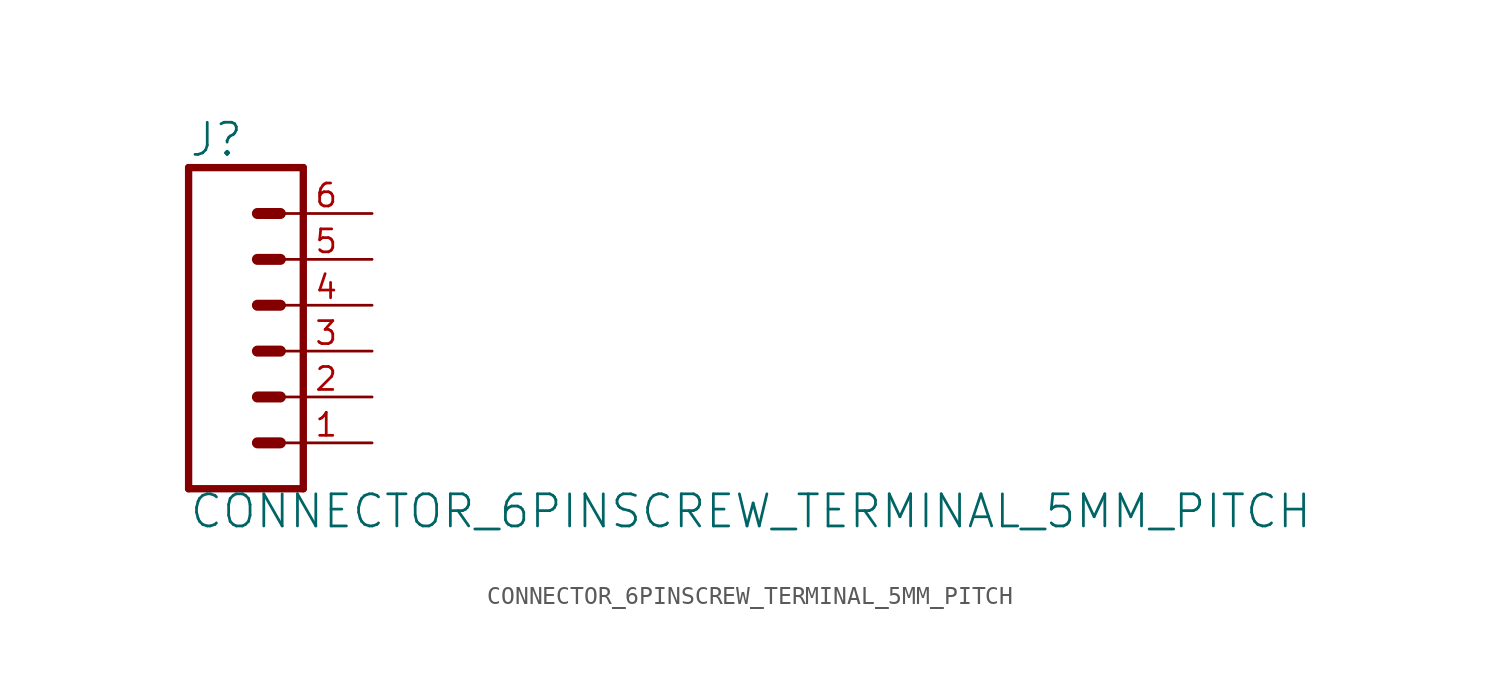
<source format=kicad_sym>
(kicad_symbol_lib
  (version 20211014)
  (generator kicad_symbol_editor)
  (symbol "CONNECTOR_6PINSCREW_TERMINAL_5MM_PITCH"
    (property "Reference" "J"
      (at -5.08 10.668 0)
      (effects (font (size 1.778 1.778)) (justify left bottom)))
    (property "Value" "CONNECTOR_6PINSCREW_TERMINAL_5MM_PITCH"
      (at -5.08 -9.906 0)
      (effects (font (size 1.778 1.778)) (justify left bottom)))
    (property "ki_locked" ""
      (at 0 0 0)
      (effects (font (size 1.27 1.27))))
    (symbol "CONNECTOR_6PINSCREW_TERMINAL_5MM_PITCH_1_0"
      (polyline (pts (xy -5.08 10.16) (xy -5.08 -7.62)) (stroke (width 0.406) (type default) (color 0 0 0 0)) (fill (type none)))
      (polyline (pts (xy -5.08 10.16) (xy 1.27 10.16)) (stroke (width 0.406) (type default) (color 0 0 0 0)) (fill (type none)))
      (polyline (pts (xy -1.27 -5.08) (xy 0 -5.08)) (stroke (width 0.61) (type default) (color 0 0 0 0)) (fill (type none)))
      (polyline (pts (xy -1.27 -2.54) (xy 0 -2.54)) (stroke (width 0.61) (type default) (color 0 0 0 0)) (fill (type none)))
      (polyline (pts (xy -1.27 0) (xy 0 0)) (stroke (width 0.61) (type default) (color 0 0 0 0)) (fill (type none)))
      (polyline (pts (xy -1.27 2.54) (xy 0 2.54)) (stroke (width 0.61) (type default) (color 0 0 0 0)) (fill (type none)))
      (polyline (pts (xy -1.27 5.08) (xy 0 5.08)) (stroke (width 0.61) (type default) (color 0 0 0 0)) (fill (type none)))
      (polyline (pts (xy -1.27 7.62) (xy 0 7.62)) (stroke (width 0.61) (type default) (color 0 0 0 0)) (fill (type none)))
      (polyline (pts (xy 1.27 -7.62) (xy -5.08 -7.62)) (stroke (width 0.406) (type default) (color 0 0 0 0)) (fill (type none)))
      (polyline (pts (xy 1.27 -7.62) (xy 1.27 10.16)) (stroke (width 0.406) (type default) (color 0 0 0 0)) (fill (type none)))
      (pin passive line (at 5.08 -5.08 180) (length 5.08) (name "1" (effects (font (size 0 0)))) (number "1" (effects (font (size 1.27 1.27)))))
      (pin passive line (at 5.08 -2.54 180) (length 5.08) (name "2" (effects (font (size 0 0)))) (number "2" (effects (font (size 1.27 1.27)))))
      (pin passive line (at 5.08 0 180) (length 5.08) (name "3" (effects (font (size 0 0)))) (number "3" (effects (font (size 1.27 1.27)))))
      (pin passive line (at 5.08 2.54 180) (length 5.08) (name "4" (effects (font (size 0 0)))) (number "4" (effects (font (size 1.27 1.27)))))
      (pin passive line (at 5.08 5.08 180) (length 5.08) (name "5" (effects (font (size 0 0)))) (number "5" (effects (font (size 1.27 1.27)))))
      (pin passive line (at 5.08 7.62 180) (length 5.08) (name "6" (effects (font (size 0 0)))) (number "6" (effects (font (size 1.27 1.27))))))))
</source>
